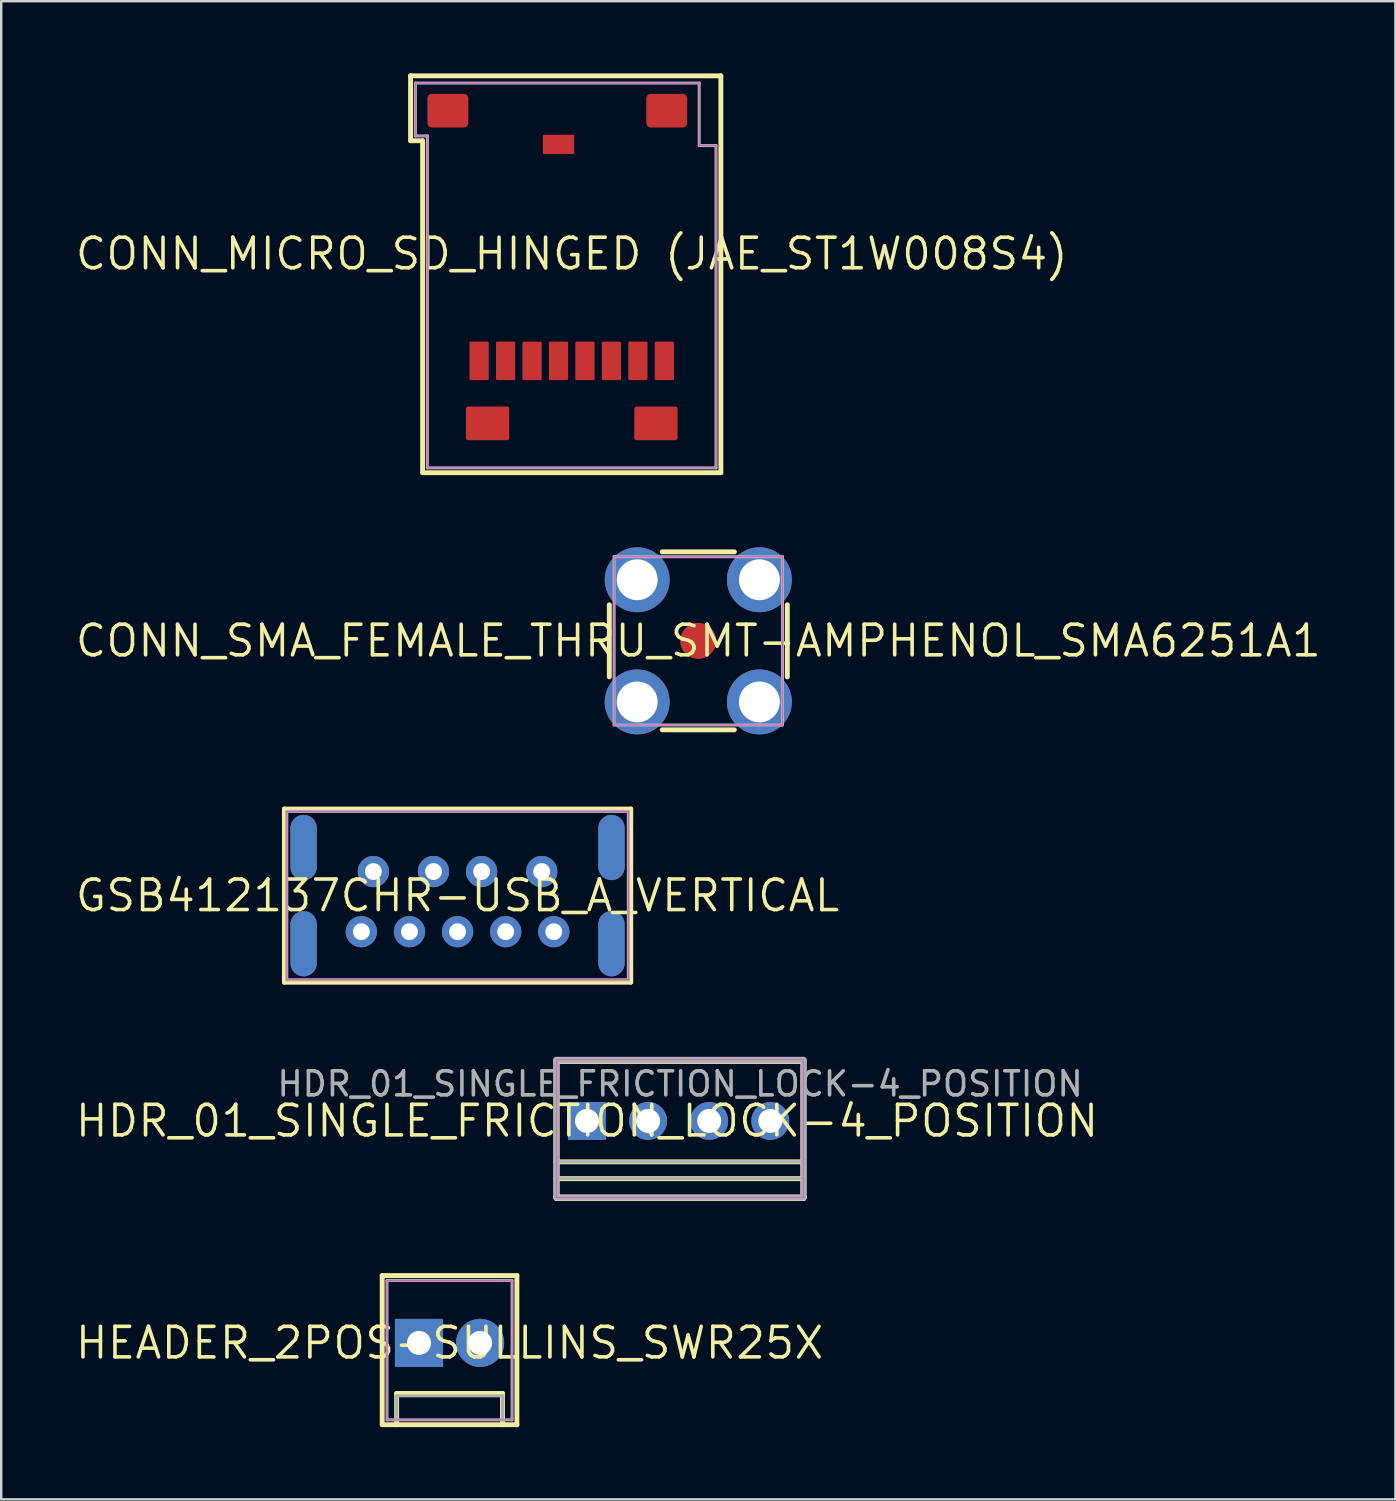
<source format=kicad_pcb>
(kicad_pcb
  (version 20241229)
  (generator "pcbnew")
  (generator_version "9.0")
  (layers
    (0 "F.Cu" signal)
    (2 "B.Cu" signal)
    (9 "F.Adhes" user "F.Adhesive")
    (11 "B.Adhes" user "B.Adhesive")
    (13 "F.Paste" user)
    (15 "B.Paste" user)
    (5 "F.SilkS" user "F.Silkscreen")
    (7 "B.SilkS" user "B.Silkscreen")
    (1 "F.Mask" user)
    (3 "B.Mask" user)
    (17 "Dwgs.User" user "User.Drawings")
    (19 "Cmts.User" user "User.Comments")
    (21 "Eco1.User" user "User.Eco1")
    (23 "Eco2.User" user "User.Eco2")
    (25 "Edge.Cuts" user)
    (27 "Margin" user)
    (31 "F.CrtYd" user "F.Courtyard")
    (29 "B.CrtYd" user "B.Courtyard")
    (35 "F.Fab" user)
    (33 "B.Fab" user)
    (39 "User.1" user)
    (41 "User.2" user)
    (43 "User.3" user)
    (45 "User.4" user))
  (footprint "HEADER_2POS-SULLINS_SWR25X"
    (layer "F.Cu")
    (at 15.64 52.782)
    (property "Reference" "HEADER_2POS-SULLINS_SWR25X" (at 0 0 0) (layer "F.SilkS") (effects (font (size 1.27 1.27) (thickness 0.15))))
    (fp_line (start -2.8 -2.8) (end -2.8 3.4) (stroke (width 0.203) (type solid)) (layer "F.SilkS"))
    (fp_line (start -2.8 3.4) (end 2.8 3.4) (stroke (width 0.203) (type solid)) (layer "F.SilkS"))
    (fp_line (start -2.2 2.1) (end 2.2 2.1) (stroke (width 0.203) (type solid)) (layer "F.SilkS"))
    (fp_line (start -2.2 3.4) (end -2.2 2.1) (stroke (width 0.203) (type solid)) (layer "F.SilkS"))
    (fp_line (start 2.2 2.1) (end 2.2 3.4) (stroke (width 0.203) (type solid)) (layer "F.SilkS"))
    (fp_line (start 2.8 -2.8) (end -2.8 -2.8) (stroke (width 0.203) (type solid)) (layer "F.SilkS"))
    (fp_line (start 2.8 3.4) (end 2.8 -2.8) (stroke (width 0.203) (type solid)) (layer "F.SilkS"))
    (fp_line (start -2.6 -2.6) (end -2.6 3.2) (stroke (width 0.025) (type solid)) (layer "F.CrtYd"))
    (fp_line (start -2.6 3.2) (end 2.6 3.2) (stroke (width 0.025) (type solid)) (layer "F.CrtYd"))
    (fp_line (start 2.6 -2.6) (end -2.6 -2.6) (stroke (width 0.025) (type solid)) (layer "F.CrtYd"))
    (fp_line (start 2.6 3.2) (end 2.6 -2.6) (stroke (width 0.025) (type solid)) (layer "F.CrtYd"))
    (fp_line (start -2.6 -2.6) (end -2.6 3.2) (stroke (width 0.127) (type solid)) (layer "F.Fab"))
    (fp_line (start -2.6 3.2) (end 2.6 3.2) (stroke (width 0.127) (type solid)) (layer "F.Fab"))
    (fp_line (start -2.2 2.2) (end 2.2 2.2) (stroke (width 0.127) (type solid)) (layer "F.Fab"))
    (fp_line (start -2.2 3.2) (end -2.2 2.2) (stroke (width 0.127) (type solid)) (layer "F.Fab"))
    (fp_line (start 2.2 2.2) (end 2.2 3.2) (stroke (width 0.127) (type solid)) (layer "F.Fab"))
    (fp_line (start 2.6 -2.6) (end -2.6 -2.6) (stroke (width 0.127) (type solid)) (layer "F.Fab"))
    (fp_line (start 2.6 3.2) (end 2.6 -2.6) (stroke (width 0.127) (type solid)) (layer "F.Fab"))
    (pad "1" thru_hole rect (at -1.27 0) (size 2 2) (drill 1) (layers "*.Cu" "*.Mask"))
    (pad "2" thru_hole circle (at 1.27 0) (size 2 2) (drill 1) (layers "*.Cu" "*.Mask")))
  (footprint "HDR_01_SINGLE_FRICTION_LOCK-4_POSITION"
    (layer "F.Cu")
    (at 21.355 43.553)
    (property "Reference" "HDR_01_SINGLE_FRICTION_LOCK-4_POSITION" (at 0 0 0) (layer "F.SilkS") (effects (font (size 1.27 1.27) (thickness 0.15))))
    (fp_line (start -1.3 1.7) (end 9 1.7) (stroke (width 0.203) (type solid)) (layer "F.SilkS"))
    (fp_line (start -1.3 2.4) (end 9 2.4) (stroke (width 0.203) (type solid)) (layer "F.SilkS"))
    (fp_line (start -1.27 -2.5) (end 9 -2.5) (stroke (width 0.254) (type solid)) (layer "F.SilkS"))
    (fp_line (start -1.27 3.2) (end -1.27 -2.5) (stroke (width 0.254) (type solid)) (layer "F.SilkS"))
    (fp_line (start 9 -2.5) (end 9 3.2) (stroke (width 0.254) (type solid)) (layer "F.SilkS"))
    (fp_line (start 9 2.4) (end 9 2.5) (stroke (width 0.203) (type solid)) (layer "F.SilkS"))
    (fp_line (start 9 3.2) (end -1.27 3.2) (stroke (width 0.254) (type solid)) (layer "F.SilkS"))
    (fp_line (start -1.27 -2.54) (end 9 -2.54) (stroke (width 0.025) (type solid)) (layer "F.CrtYd"))
    (fp_line (start -1.27 3.175) (end -1.27 -2.54) (stroke (width 0.025) (type solid)) (layer "F.CrtYd"))
    (fp_line (start 9 -2.54) (end 9 3.175) (stroke (width 0.025) (type solid)) (layer "F.CrtYd"))
    (fp_line (start 9 3.175) (end -1.27 3.175) (stroke (width 0.025) (type solid)) (layer "F.CrtYd"))
    (fp_line (start -1.3 2.4) (end 9 2.4) (stroke (width 0.127) (type solid)) (layer "F.Fab"))
    (fp_line (start -1.27 -2.54) (end 9 -2.54) (stroke (width 0.254) (type solid)) (layer "F.Fab"))
    (fp_line (start -1.27 3.175) (end -1.27 -2.54) (stroke (width 0.254) (type solid)) (layer "F.Fab"))
    (fp_line (start -1.2 1.7) (end 9 1.7) (stroke (width 0.127) (type solid)) (layer "F.Fab"))
    (fp_line (start 9 -2.54) (end 9 3.175) (stroke (width 0.254) (type solid)) (layer "F.Fab"))
    (fp_line (start 9 3.175) (end -1.27 3.175) (stroke (width 0.254) (type solid)) (layer "F.Fab"))
    (fp_text user "${REFERENCE}" (at 3.87 -1.54 0) (unlocked yes) (layer "F.Fab") (effects (font (size 1 1) (thickness 0.15))))
    (pad "1" thru_hole rect (at 0 0) (size 1.575 1.575) (drill 1) (layers "*.Cu" "*.Mask"))
    (pad "2" thru_hole circle (at 2.54 0) (size 1.575 1.575) (drill 1) (layers "*.Cu" "*.Mask"))
    (pad "3" thru_hole circle (at 5.08 0) (size 1.575 1.575) (drill 1) (layers "*.Cu" "*.Mask"))
    (pad "4" thru_hole circle (at 7.62 0) (size 1.575 1.575) (drill 1) (layers "*.Cu" "*.Mask")))
  (footprint "CONN_MICRO_SD_HINGED (JAE_ST1W008S4)"
    (layer "F.Cu")
    (at 20.72 7.502)
    (property "Reference" "CONN_MICRO_SD_HINGED (JAE_ST1W008S4)" (at 0 0 0) (layer "F.SilkS") (effects (font (size 1.27 1.27) (thickness 0.15))))
    (fp_line (start -6.7 -7.4) (end 6.2 -7.4) (stroke (width 0.203) (type solid)) (layer "F.SilkS"))
    (fp_line (start -6.7 -4.7) (end -6.7 -7.4) (stroke (width 0.203) (type solid)) (layer "F.SilkS"))
    (fp_line (start -6.2 -4.7) (end -6.7 -4.7) (stroke (width 0.203) (type solid)) (layer "F.SilkS"))
    (fp_line (start -6.2 9.1) (end -6.2 -4.7) (stroke (width 0.203) (type solid)) (layer "F.SilkS"))
    (fp_line (start 6.2 -7.4) (end 6.2 9.1) (stroke (width 0.203) (type solid)) (layer "F.SilkS"))
    (fp_line (start 6.2 9.1) (end -6.2 9.1) (stroke (width 0.203) (type solid)) (layer "F.SilkS"))
    (fp_line (start -6.5 -7.1) (end 5.3 -7.1) (stroke (width 0.025) (type solid)) (layer "F.CrtYd"))
    (fp_line (start -6.5 -4.9) (end -6.5 -7.1) (stroke (width 0.025) (type solid)) (layer "F.CrtYd"))
    (fp_line (start -6 -4.9) (end -6.5 -4.9) (stroke (width 0.025) (type solid)) (layer "F.CrtYd"))
    (fp_line (start -6 8.9) (end -6 -4.9) (stroke (width 0.025) (type solid)) (layer "F.CrtYd"))
    (fp_line (start 5.3 -7.1) (end 5.3 -4.5) (stroke (width 0.025) (type solid)) (layer "F.CrtYd"))
    (fp_line (start 5.3 -4.5) (end 6 -4.5) (stroke (width 0.025) (type solid)) (layer "F.CrtYd"))
    (fp_line (start 6 -4.5) (end 6 8.9) (stroke (width 0.025) (type solid)) (layer "F.CrtYd"))
    (fp_line (start 6 8.9) (end -6 8.9) (stroke (width 0.025) (type solid)) (layer "F.CrtYd"))
    (fp_line (start -6.5 -7.1) (end 5.3 -7.1) (stroke (width 0.127) (type solid)) (layer "F.Fab"))
    (fp_line (start -6.5 -4.9) (end -6.5 -7.1) (stroke (width 0.127) (type solid)) (layer "F.Fab"))
    (fp_line (start -6 -4.9) (end -6.5 -4.9) (stroke (width 0.127) (type solid)) (layer "F.Fab"))
    (fp_line (start -6 8.9) (end -6 -4.9) (stroke (width 0.127) (type solid)) (layer "F.Fab"))
    (fp_line (start 5.3 -7.1) (end 5.3 -4.5) (stroke (width 0.127) (type solid)) (layer "F.Fab"))
    (fp_line (start 5.3 -4.5) (end 6 -4.5) (stroke (width 0.127) (type solid)) (layer "F.Fab"))
    (fp_line (start 6 -4.5) (end 6 8.9) (stroke (width 0.127) (type solid)) (layer "F.Fab"))
    (fp_line (start 6 8.9) (end -6 8.9) (stroke (width 0.127) (type solid)) (layer "F.Fab"))
    (pad "1" smd roundrect (at 3.85 4.45 90) (size 1.6 0.8) (layers "F.Cu" "F.Mask" "F.Paste") (roundrect_rratio 0.066))
    (pad "2" smd roundrect (at 2.75 4.45 90) (size 1.6 0.8) (layers "F.Cu" "F.Mask" "F.Paste") (roundrect_rratio 0.066))
    (pad "3" smd roundrect (at 1.65 4.45 90) (size 1.6 0.8) (layers "F.Cu" "F.Mask" "F.Paste") (roundrect_rratio 0.066))
    (pad "4" smd roundrect (at 0.55 4.45 90) (size 1.6 0.8) (layers "F.Cu" "F.Mask" "F.Paste") (roundrect_rratio 0.066))
    (pad "5" smd roundrect (at -0.55 4.45 90) (size 1.6 0.8) (layers "F.Cu" "F.Mask" "F.Paste") (roundrect_rratio 0.066))
    (pad "6" smd roundrect (at -1.65 4.45 90) (size 1.6 0.8) (layers "F.Cu" "F.Mask" "F.Paste") (roundrect_rratio 0.066))
    (pad "7" smd roundrect (at -2.75 4.45 90) (size 1.6 0.8) (layers "F.Cu" "F.Mask" "F.Paste") (roundrect_rratio 0.066))
    (pad "8" smd roundrect (at -3.85 4.45 90) (size 1.6 0.8) (layers "F.Cu" "F.Mask" "F.Paste") (roundrect_rratio 0.066))
    (pad "9" smd roundrect (at -0.55 -4.55 180) (size 1.3 0.8) (layers "F.Cu" "F.Mask" "F.Paste") (roundrect_rratio 0.066))
    (pad "10" smd roundrect (at 3.5 7.05 180) (size 1.8 1.4) (layers "F.Cu" "F.Mask" "F.Paste") (roundrect_rratio 0.066))
    (pad "11" smd roundrect (at -3.5 7.05 180) (size 1.8 1.4) (layers "F.Cu" "F.Mask" "F.Paste") (roundrect_rratio 0.066))
    (pad "12" smd roundrect (at -5.15 -5.95 180) (size 1.7 1.4) (layers "F.Cu" "F.Mask" "F.Paste") (roundrect_rratio 0.131))
    (pad "13" smd roundrect (at 3.95 -5.95 180) (size 1.7 1.4) (layers "F.Cu" "F.Mask" "F.Paste") (roundrect_rratio 0.131))
    (zone (net_name "") (layer "F.Cu") (name "A0") (hatch none 0.5) (connect_pads) (min_thickness 0.25) (filled_areas_thickness no) (keepout (tracks not_allowed) (vias not_allowed) (pads allowed) (copperpour not_allowed) (footprints allowed)) (placement (enabled no)) (fill) (polygon (pts (xy 14.717 16.202) (xy 19.217 16.202) (xy 19.217 14.602) (xy 18.217 14.602) (xy 18.217 15.302) (xy 16.217 15.302) (xy 16.217 10.402) (xy 25.217 10.402) (xy 25.217 15.302) (xy 23.217 15.302) (xy 23.217 14.602) (xy 22.217 14.602) (xy 22.217 16.202) (xy 26.717 16.202) (xy 26.717 5.202) (xy 25.617 5.202) (xy 25.617 2.302) (xy 23.717 2.302) (xy 23.717 0.402) (xy 16.517 0.402) (xy 16.517 2.302) (xy 14.717 2.302))) (polygon (pts (xy 19.417 3.402) (xy 20.917 3.402) (xy 20.917 2.502) (xy 19.417 2.502)))))
  (footprint "GSB412137CHR-USB_A_VERTICAL"
    (layer "F.Cu")
    (at 15.973 34.185)
    (property "Reference" "GSB412137CHR-USB_A_VERTICAL" (at 0 0 0) (layer "F.SilkS") (effects (font (size 1.27 1.27) (thickness 0.15))))
    (fp_line (start -7.2 -3.6) (end -7.2 3.6) (stroke (width 0.203) (type solid)) (layer "F.SilkS"))
    (fp_line (start -7.2 3.6) (end 7.2 3.6) (stroke (width 0.203) (type solid)) (layer "F.SilkS"))
    (fp_line (start 7.2 -3.6) (end -7.2 -3.6) (stroke (width 0.203) (type solid)) (layer "F.SilkS"))
    (fp_line (start 7.2 3.6) (end 7.2 -3.6) (stroke (width 0.203) (type solid)) (layer "F.SilkS"))
    (fp_line (start -7.1 -3.5) (end -7.1 3.5) (stroke (width 0.025) (type solid)) (layer "F.CrtYd"))
    (fp_line (start -7.1 3.5) (end 7.1 3.5) (stroke (width 0.025) (type solid)) (layer "F.CrtYd"))
    (fp_line (start 7.1 -3.5) (end -7.1 -3.5) (stroke (width 0.025) (type solid)) (layer "F.CrtYd"))
    (fp_line (start 7.1 3.5) (end 7.1 -3.5) (stroke (width 0.025) (type solid)) (layer "F.CrtYd"))
    (fp_line (start -7.1 -3.5) (end -7.1 3.5) (stroke (width 0.127) (type solid)) (layer "F.Fab"))
    (fp_line (start -7.1 3.5) (end 7.1 3.5) (stroke (width 0.127) (type solid)) (layer "F.Fab"))
    (fp_line (start 7.1 -3.5) (end -7.1 -3.5) (stroke (width 0.127) (type solid)) (layer "F.Fab"))
    (fp_line (start 7.1 3.5) (end 7.1 -3.5) (stroke (width 0.127) (type solid)) (layer "F.Fab"))
    (pad "1" thru_hole circle (at 3.5 -1) (size 1.3 1.3) (drill 0.7) (layers "*.Cu" "*.Mask"))
    (pad "2" thru_hole circle (at 1 -1) (size 1.3 1.3) (drill 0.7) (layers "*.Cu" "*.Mask"))
    (pad "3" thru_hole circle (at -1 -1) (size 1.3 1.3) (drill 0.7) (layers "*.Cu" "*.Mask"))
    (pad "4" thru_hole circle (at -3.5 -1) (size 1.3 1.3) (drill 0.7) (layers "*.Cu" "*.Mask"))
    (pad "5" thru_hole circle (at -4 1.5) (size 1.3 1.3) (drill 0.7) (layers "*.Cu" "*.Mask"))
    (pad "6" thru_hole circle (at -2 1.5) (size 1.3 1.3) (drill 0.7) (layers "*.Cu" "*.Mask"))
    (pad "7" thru_hole circle (at 0 1.5) (size 1.3 1.3) (drill 0.7) (layers "*.Cu" "*.Mask"))
    (pad "8" thru_hole circle (at 2 1.5) (size 1.3 1.3) (drill 0.7) (layers "*.Cu" "*.Mask"))
    (pad "9" thru_hole circle (at 4 1.5) (size 1.3 1.3) (drill 0.7) (layers "*.Cu" "*.Mask"))
    (pad "10" thru_hole custom (at -6.4 -2 180) (size 0.000004 0.000004) (drill oval 0.8 2.42) (layers "*.Cu" "*.Mask") (options (anchor rect)) (primitives (gr_poly (pts (xy -0.545 -0.885) (xy -0.504 -1.029) (xy -0.427 -1.157) (xy -0.317 -1.259) (xy -0.184 -1.328) (xy -0.038 -1.359) (xy 0.112 -1.348) (xy 0.253 -1.298) (xy 0.375 -1.212) (xy 0.47 -1.096) (xy 0.53 -0.958) (xy 0.55 -0.81) (xy 0.55 0.81) (xy 0.545 0.885) (xy 0.504 1.029) (xy 0.427 1.157) (xy 0.317 1.259) (xy 0.184 1.328) (xy 0.038 1.359) (xy -0.112 1.348) (xy -0.253 1.298) (xy -0.375 1.212) (xy -0.47 1.096) (xy -0.53 0.958) (xy -0.55 0.81) (xy -0.55 -0.81)) (width 0) (fill yes))))
    (pad "10" thru_hole custom (at -6.4 2 180) (size 0.000004 0.000004) (drill oval 0.8 2.42) (layers "*.Cu" "*.Mask") (options (anchor rect)) (primitives (gr_poly (pts (xy -0.545 -0.885) (xy -0.504 -1.029) (xy -0.427 -1.157) (xy -0.317 -1.259) (xy -0.184 -1.328) (xy -0.038 -1.359) (xy 0.112 -1.348) (xy 0.253 -1.298) (xy 0.375 -1.212) (xy 0.47 -1.096) (xy 0.53 -0.958) (xy 0.55 -0.81) (xy 0.55 0.81) (xy 0.545 0.885) (xy 0.504 1.029) (xy 0.427 1.157) (xy 0.317 1.259) (xy 0.184 1.328) (xy 0.038 1.359) (xy -0.112 1.348) (xy -0.253 1.298) (xy -0.375 1.212) (xy -0.47 1.096) (xy -0.53 0.958) (xy -0.55 0.81) (xy -0.55 -0.81)) (width 0) (fill yes))))
    (pad "10" thru_hole custom (at 6.4 -2 180) (size 0.000004 0.000004) (drill oval 0.8 2.42) (layers "*.Cu" "*.Mask") (options (anchor rect)) (primitives (gr_poly (pts (xy -0.545 -0.885) (xy -0.504 -1.029) (xy -0.427 -1.157) (xy -0.317 -1.259) (xy -0.184 -1.328) (xy -0.038 -1.359) (xy 0.112 -1.348) (xy 0.253 -1.298) (xy 0.375 -1.212) (xy 0.47 -1.096) (xy 0.53 -0.958) (xy 0.55 -0.81) (xy 0.55 0.81) (xy 0.545 0.885) (xy 0.504 1.029) (xy 0.427 1.157) (xy 0.317 1.259) (xy 0.184 1.328) (xy 0.038 1.359) (xy -0.112 1.348) (xy -0.253 1.298) (xy -0.375 1.212) (xy -0.47 1.096) (xy -0.53 0.958) (xy -0.55 0.81) (xy -0.55 -0.81)) (width 0) (fill yes))))
    (pad "10" thru_hole custom (at 6.4 2 180) (size 0.000004 0.000004) (drill oval 0.8 2.42) (layers "*.Cu" "*.Mask") (options (anchor rect)) (primitives (gr_poly (pts (xy -0.545 -0.885) (xy -0.504 -1.029) (xy -0.427 -1.157) (xy -0.317 -1.259) (xy -0.184 -1.328) (xy -0.038 -1.359) (xy 0.112 -1.348) (xy 0.253 -1.298) (xy 0.375 -1.212) (xy 0.47 -1.096) (xy 0.53 -0.958) (xy 0.55 -0.81) (xy 0.55 0.81) (xy 0.545 0.885) (xy 0.504 1.029) (xy 0.427 1.157) (xy 0.317 1.259) (xy 0.184 1.328) (xy 0.038 1.359) (xy -0.112 1.348) (xy -0.253 1.298) (xy -0.375 1.212) (xy -0.47 1.096) (xy -0.53 0.958) (xy -0.55 0.81) (xy -0.55 -0.81)) (width 0) (fill yes))))
    (zone (net_name "") (layer "F.Cu") (name "A0") (hatch none 0.5) (connect_pads) (min_thickness 0.25) (filled_areas_thickness no) (keepout (tracks not_allowed) (vias not_allowed) (pads allowed) (copperpour not_allowed) (footprints allowed)) (placement (enabled no)) (fill) (polygon (pts (xy 10.273 37.085) (xy 10.573 37.085) (xy 10.573 31.285) (xy 10.273 31.285))))
    (zone (net_name "") (layer "F.Cu") (name "A1") (hatch none 0.5) (connect_pads) (min_thickness 0.25) (filled_areas_thickness no) (keepout (tracks not_allowed) (vias not_allowed) (pads allowed) (copperpour not_allowed) (footprints allowed)) (placement (enabled no)) (fill) (polygon (pts (xy 21.373 37.085) (xy 21.673 37.085) (xy 21.673 31.285) (xy 21.373 31.285)))))
  (footprint "CONN_SMA_FEMALE_THRU_SMT-AMPHENOL_SMA6251A1"
    (layer "F.Cu")
    (at 25.982 23.593)
    (property "Reference" "CONN_SMA_FEMALE_THRU_SMT-AMPHENOL_SMA6251A1" (at 0 0 0) (layer "F.SilkS") (effects (font (size 1.27 1.27) (thickness 0.15))))
    (fp_line (start -3.7 -1.5) (end -3.7 1.5) (stroke (width 0.203) (type solid)) (layer "F.SilkS"))
    (fp_line (start -1.5 -3.7) (end 1.5 -3.7) (stroke (width 0.203) (type solid)) (layer "F.SilkS"))
    (fp_line (start -1.5 3.7) (end 1.5 3.7) (stroke (width 0.203) (type solid)) (layer "F.SilkS"))
    (fp_line (start 3.7 -1.5) (end 3.7 1.5) (stroke (width 0.203) (type solid)) (layer "F.SilkS"))
    (fp_line (start -3.5 -3.5) (end -3.5 3.5) (stroke (width 0.025) (type solid)) (layer "F.CrtYd"))
    (fp_line (start -3.5 3.5) (end 3.5 3.5) (stroke (width 0.025) (type solid)) (layer "F.CrtYd"))
    (fp_line (start 3.5 -3.5) (end -3.5 -3.5) (stroke (width 0.025) (type solid)) (layer "F.CrtYd"))
    (fp_line (start 3.5 3.5) (end 3.5 -3.5) (stroke (width 0.025) (type solid)) (layer "F.CrtYd"))
    (fp_line (start -3.5 -3.5) (end -3.5 3.5) (stroke (width 0.127) (type solid)) (layer "F.Fab"))
    (fp_line (start -3.5 3.5) (end 3.5 3.5) (stroke (width 0.127) (type solid)) (layer "F.Fab"))
    (fp_line (start 3.5 -3.5) (end -3.5 -3.5) (stroke (width 0.127) (type solid)) (layer "F.Fab"))
    (fp_line (start 3.5 3.5) (end 3.5 -3.5) (stroke (width 0.127) (type solid)) (layer "F.Fab"))
    (pad "1" smd circle (at 0 0) (size 1.5 1.5) (layers "F.Cu" "F.Mask" "F.Paste"))
    (pad "2" thru_hole circle (at -2.54 2.54) (size 2.7 2.7) (drill 1.7) (layers "*.Cu" "*.Mask"))
    (pad "3" thru_hole circle (at 2.54 2.54) (size 2.7 2.7) (drill 1.7) (layers "*.Cu" "*.Mask"))
    (pad "4" thru_hole circle (at 2.54 -2.54) (size 2.7 2.7) (drill 1.7) (layers "*.Cu" "*.Mask"))
    (pad "5" thru_hole circle (at -2.54 -2.54) (size 2.7 2.7) (drill 1.7) (layers "*.Cu" "*.Mask")))
  (gr_rect
    (start -3 -3)
    (end 54.964 59.284)
    (stroke (width 0.1) (type default))
    (fill no)
    (layer "Edge.Cuts")))
</source>
